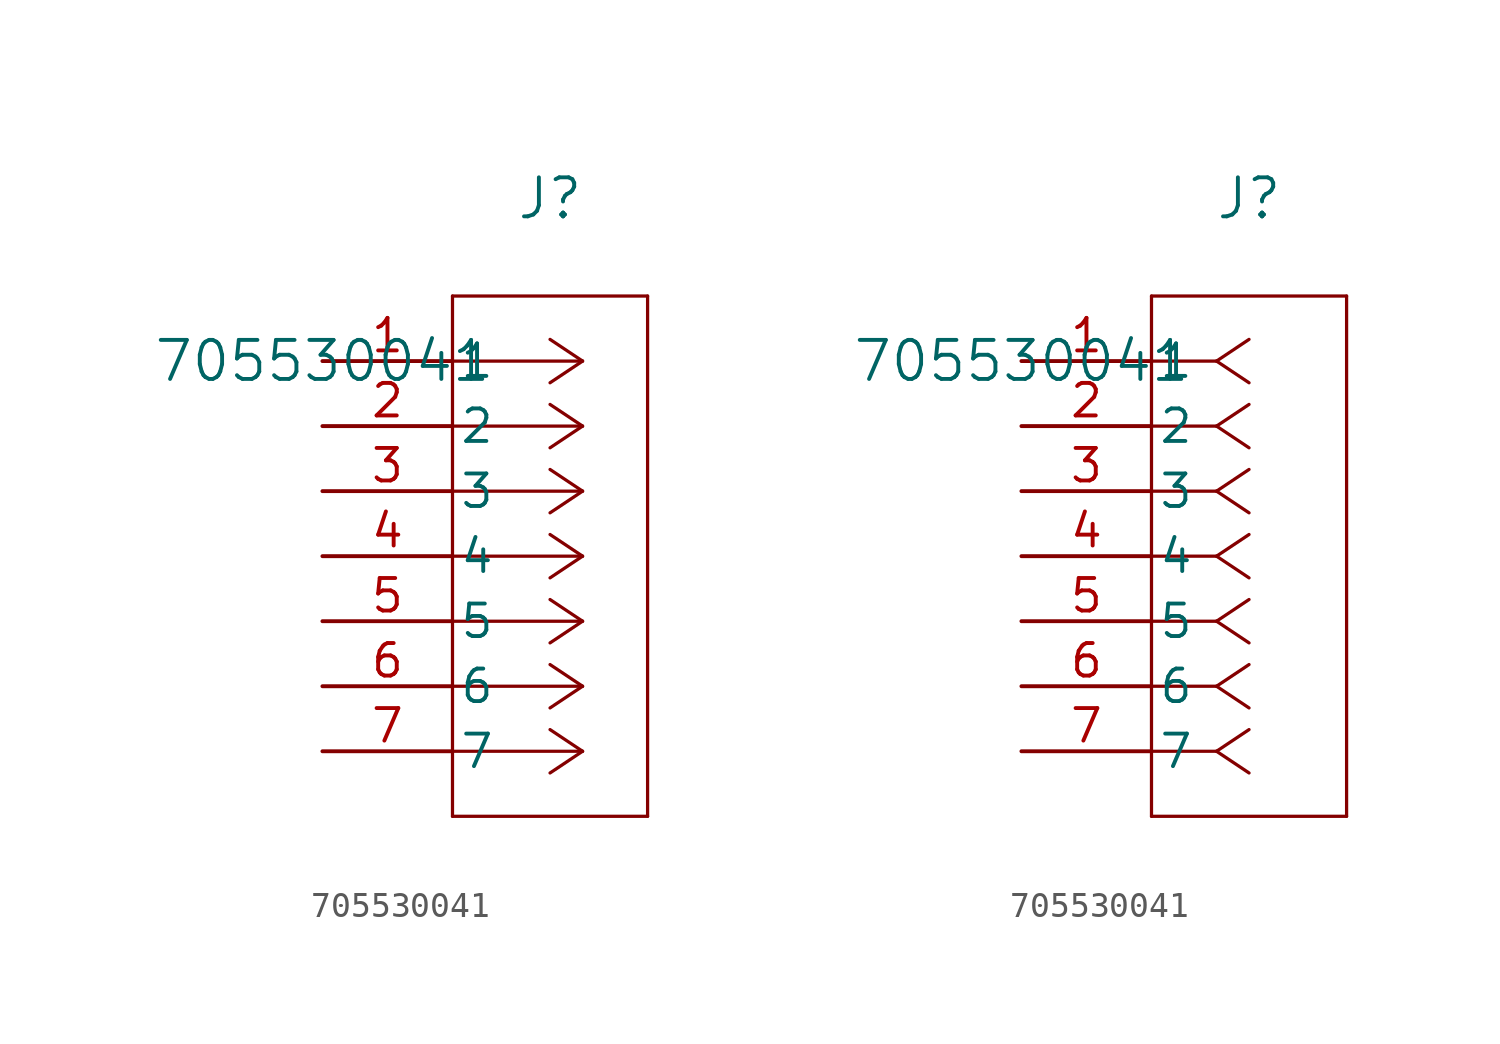
<source format=kicad_sym>
(kicad_symbol_lib
  (version 20211014)
  (generator kicad_symbol_editor)
  (symbol "705530041"
    (pin_names
      (offset 0.254))
    (property "Reference" "J"
      (at 8.89 6.35 0)
      (effects (font (size 1.524 1.524))))
    (property "Value" "705530041"
      (at 0 0 0)
      (effects (font (size 1.524 1.524))))
    (symbol "705530041_1_1"
      (polyline (pts (xy 10.16 0) (xy 5.08 0)) (stroke (width 0.127) (type default) (color 0 0 0 0)) (fill (type none)))
      (polyline (pts (xy 10.16 -2.54) (xy 5.08 -2.54)) (stroke (width 0.127) (type default) (color 0 0 0 0)) (fill (type none)))
      (polyline (pts (xy 10.16 -5.08) (xy 5.08 -5.08)) (stroke (width 0.127) (type default) (color 0 0 0 0)) (fill (type none)))
      (polyline (pts (xy 10.16 -7.62) (xy 5.08 -7.62)) (stroke (width 0.127) (type default) (color 0 0 0 0)) (fill (type none)))
      (polyline (pts (xy 10.16 -10.16) (xy 5.08 -10.16)) (stroke (width 0.127) (type default) (color 0 0 0 0)) (fill (type none)))
      (polyline (pts (xy 10.16 -12.7) (xy 5.08 -12.7)) (stroke (width 0.127) (type default) (color 0 0 0 0)) (fill (type none)))
      (polyline (pts (xy 10.16 -15.24) (xy 5.08 -15.24)) (stroke (width 0.127) (type default) (color 0 0 0 0)) (fill (type none)))
      (polyline (pts (xy 10.16 0) (xy 8.89 0.847)) (stroke (width 0.127) (type default) (color 0 0 0 0)) (fill (type none)))
      (polyline (pts (xy 10.16 -2.54) (xy 8.89 -1.693)) (stroke (width 0.127) (type default) (color 0 0 0 0)) (fill (type none)))
      (polyline (pts (xy 10.16 -5.08) (xy 8.89 -4.233)) (stroke (width 0.127) (type default) (color 0 0 0 0)) (fill (type none)))
      (polyline (pts (xy 10.16 -7.62) (xy 8.89 -6.773)) (stroke (width 0.127) (type default) (color 0 0 0 0)) (fill (type none)))
      (polyline (pts (xy 10.16 -10.16) (xy 8.89 -9.313)) (stroke (width 0.127) (type default) (color 0 0 0 0)) (fill (type none)))
      (polyline (pts (xy 10.16 -12.7) (xy 8.89 -11.853)) (stroke (width 0.127) (type default) (color 0 0 0 0)) (fill (type none)))
      (polyline (pts (xy 10.16 -15.24) (xy 8.89 -14.393)) (stroke (width 0.127) (type default) (color 0 0 0 0)) (fill (type none)))
      (polyline (pts (xy 10.16 0) (xy 8.89 -0.847)) (stroke (width 0.127) (type default) (color 0 0 0 0)) (fill (type none)))
      (polyline (pts (xy 10.16 -2.54) (xy 8.89 -3.387)) (stroke (width 0.127) (type default) (color 0 0 0 0)) (fill (type none)))
      (polyline (pts (xy 10.16 -5.08) (xy 8.89 -5.927)) (stroke (width 0.127) (type default) (color 0 0 0 0)) (fill (type none)))
      (polyline (pts (xy 10.16 -7.62) (xy 8.89 -8.467)) (stroke (width 0.127) (type default) (color 0 0 0 0)) (fill (type none)))
      (polyline (pts (xy 10.16 -10.16) (xy 8.89 -11.007)) (stroke (width 0.127) (type default) (color 0 0 0 0)) (fill (type none)))
      (polyline (pts (xy 10.16 -12.7) (xy 8.89 -13.547)) (stroke (width 0.127) (type default) (color 0 0 0 0)) (fill (type none)))
      (polyline (pts (xy 10.16 -15.24) (xy 8.89 -16.087)) (stroke (width 0.127) (type default) (color 0 0 0 0)) (fill (type none)))
      (polyline (pts (xy 5.08 2.54) (xy 5.08 -17.78)) (stroke (width 0.127) (type default) (color 0 0 0 0)) (fill (type none)))
      (polyline (pts (xy 5.08 -17.78) (xy 12.7 -17.78)) (stroke (width 0.127) (type default) (color 0 0 0 0)) (fill (type none)))
      (polyline (pts (xy 12.7 -17.78) (xy 12.7 2.54)) (stroke (width 0.127) (type default) (color 0 0 0 0)) (fill (type none)))
      (polyline (pts (xy 12.7 2.54) (xy 5.08 2.54)) (stroke (width 0.127) (type default) (color 0 0 0 0)) (fill (type none)))
      (pin unspecified line (at 0 0 0) (length 5.08) (name "1" (effects (font (size 1.27 1.27)))) (number "1" (effects (font (size 1.27 1.27)))))
      (pin unspecified line (at 0 -2.54 0) (length 5.08) (name "2" (effects (font (size 1.27 1.27)))) (number "2" (effects (font (size 1.27 1.27)))))
      (pin unspecified line (at 0 -5.08 0) (length 5.08) (name "3" (effects (font (size 1.27 1.27)))) (number "3" (effects (font (size 1.27 1.27)))))
      (pin unspecified line (at 0 -7.62 0) (length 5.08) (name "4" (effects (font (size 1.27 1.27)))) (number "4" (effects (font (size 1.27 1.27)))))
      (pin unspecified line (at 0 -10.16 0) (length 5.08) (name "5" (effects (font (size 1.27 1.27)))) (number "5" (effects (font (size 1.27 1.27)))))
      (pin unspecified line (at 0 -12.7 0) (length 5.08) (name "6" (effects (font (size 1.27 1.27)))) (number "6" (effects (font (size 1.27 1.27)))))
      (pin unspecified line (at 0 -15.24 0) (length 5.08) (name "7" (effects (font (size 1.27 1.27)))) (number "7" (effects (font (size 1.27 1.27))))))
    (symbol "705530041_1_2"
      (polyline (pts (xy 7.62 0) (xy 5.08 0)) (stroke (width 0.127) (type default) (color 0 0 0 0)) (fill (type none)))
      (polyline (pts (xy 7.62 -2.54) (xy 5.08 -2.54)) (stroke (width 0.127) (type default) (color 0 0 0 0)) (fill (type none)))
      (polyline (pts (xy 7.62 -5.08) (xy 5.08 -5.08)) (stroke (width 0.127) (type default) (color 0 0 0 0)) (fill (type none)))
      (polyline (pts (xy 7.62 -7.62) (xy 5.08 -7.62)) (stroke (width 0.127) (type default) (color 0 0 0 0)) (fill (type none)))
      (polyline (pts (xy 7.62 -10.16) (xy 5.08 -10.16)) (stroke (width 0.127) (type default) (color 0 0 0 0)) (fill (type none)))
      (polyline (pts (xy 7.62 -12.7) (xy 5.08 -12.7)) (stroke (width 0.127) (type default) (color 0 0 0 0)) (fill (type none)))
      (polyline (pts (xy 7.62 -15.24) (xy 5.08 -15.24)) (stroke (width 0.127) (type default) (color 0 0 0 0)) (fill (type none)))
      (polyline (pts (xy 7.62 0) (xy 8.89 0.847)) (stroke (width 0.127) (type default) (color 0 0 0 0)) (fill (type none)))
      (polyline (pts (xy 7.62 -2.54) (xy 8.89 -1.693)) (stroke (width 0.127) (type default) (color 0 0 0 0)) (fill (type none)))
      (polyline (pts (xy 7.62 -5.08) (xy 8.89 -4.233)) (stroke (width 0.127) (type default) (color 0 0 0 0)) (fill (type none)))
      (polyline (pts (xy 7.62 -7.62) (xy 8.89 -6.773)) (stroke (width 0.127) (type default) (color 0 0 0 0)) (fill (type none)))
      (polyline (pts (xy 7.62 -10.16) (xy 8.89 -9.313)) (stroke (width 0.127) (type default) (color 0 0 0 0)) (fill (type none)))
      (polyline (pts (xy 7.62 -12.7) (xy 8.89 -11.853)) (stroke (width 0.127) (type default) (color 0 0 0 0)) (fill (type none)))
      (polyline (pts (xy 7.62 -15.24) (xy 8.89 -14.393)) (stroke (width 0.127) (type default) (color 0 0 0 0)) (fill (type none)))
      (polyline (pts (xy 7.62 0) (xy 8.89 -0.847)) (stroke (width 0.127) (type default) (color 0 0 0 0)) (fill (type none)))
      (polyline (pts (xy 7.62 -2.54) (xy 8.89 -3.387)) (stroke (width 0.127) (type default) (color 0 0 0 0)) (fill (type none)))
      (polyline (pts (xy 7.62 -5.08) (xy 8.89 -5.927)) (stroke (width 0.127) (type default) (color 0 0 0 0)) (fill (type none)))
      (polyline (pts (xy 7.62 -7.62) (xy 8.89 -8.467)) (stroke (width 0.127) (type default) (color 0 0 0 0)) (fill (type none)))
      (polyline (pts (xy 7.62 -10.16) (xy 8.89 -11.007)) (stroke (width 0.127) (type default) (color 0 0 0 0)) (fill (type none)))
      (polyline (pts (xy 7.62 -12.7) (xy 8.89 -13.547)) (stroke (width 0.127) (type default) (color 0 0 0 0)) (fill (type none)))
      (polyline (pts (xy 7.62 -15.24) (xy 8.89 -16.087)) (stroke (width 0.127) (type default) (color 0 0 0 0)) (fill (type none)))
      (polyline (pts (xy 5.08 2.54) (xy 5.08 -17.78)) (stroke (width 0.127) (type default) (color 0 0 0 0)) (fill (type none)))
      (polyline (pts (xy 5.08 -17.78) (xy 12.7 -17.78)) (stroke (width 0.127) (type default) (color 0 0 0 0)) (fill (type none)))
      (polyline (pts (xy 12.7 -17.78) (xy 12.7 2.54)) (stroke (width 0.127) (type default) (color 0 0 0 0)) (fill (type none)))
      (polyline (pts (xy 12.7 2.54) (xy 5.08 2.54)) (stroke (width 0.127) (type default) (color 0 0 0 0)) (fill (type none)))
      (pin unspecified line (at 0 0 0) (length 5.08) (name "1" (effects (font (size 1.27 1.27)))) (number "1" (effects (font (size 1.27 1.27)))))
      (pin unspecified line (at 0 -2.54 0) (length 5.08) (name "2" (effects (font (size 1.27 1.27)))) (number "2" (effects (font (size 1.27 1.27)))))
      (pin unspecified line (at 0 -5.08 0) (length 5.08) (name "3" (effects (font (size 1.27 1.27)))) (number "3" (effects (font (size 1.27 1.27)))))
      (pin unspecified line (at 0 -7.62 0) (length 5.08) (name "4" (effects (font (size 1.27 1.27)))) (number "4" (effects (font (size 1.27 1.27)))))
      (pin unspecified line (at 0 -10.16 0) (length 5.08) (name "5" (effects (font (size 1.27 1.27)))) (number "5" (effects (font (size 1.27 1.27)))))
      (pin unspecified line (at 0 -12.7 0) (length 5.08) (name "6" (effects (font (size 1.27 1.27)))) (number "6" (effects (font (size 1.27 1.27)))))
      (pin unspecified line (at 0 -15.24 0) (length 5.08) (name "7" (effects (font (size 1.27 1.27)))) (number "7" (effects (font (size 1.27 1.27))))))))
</source>
